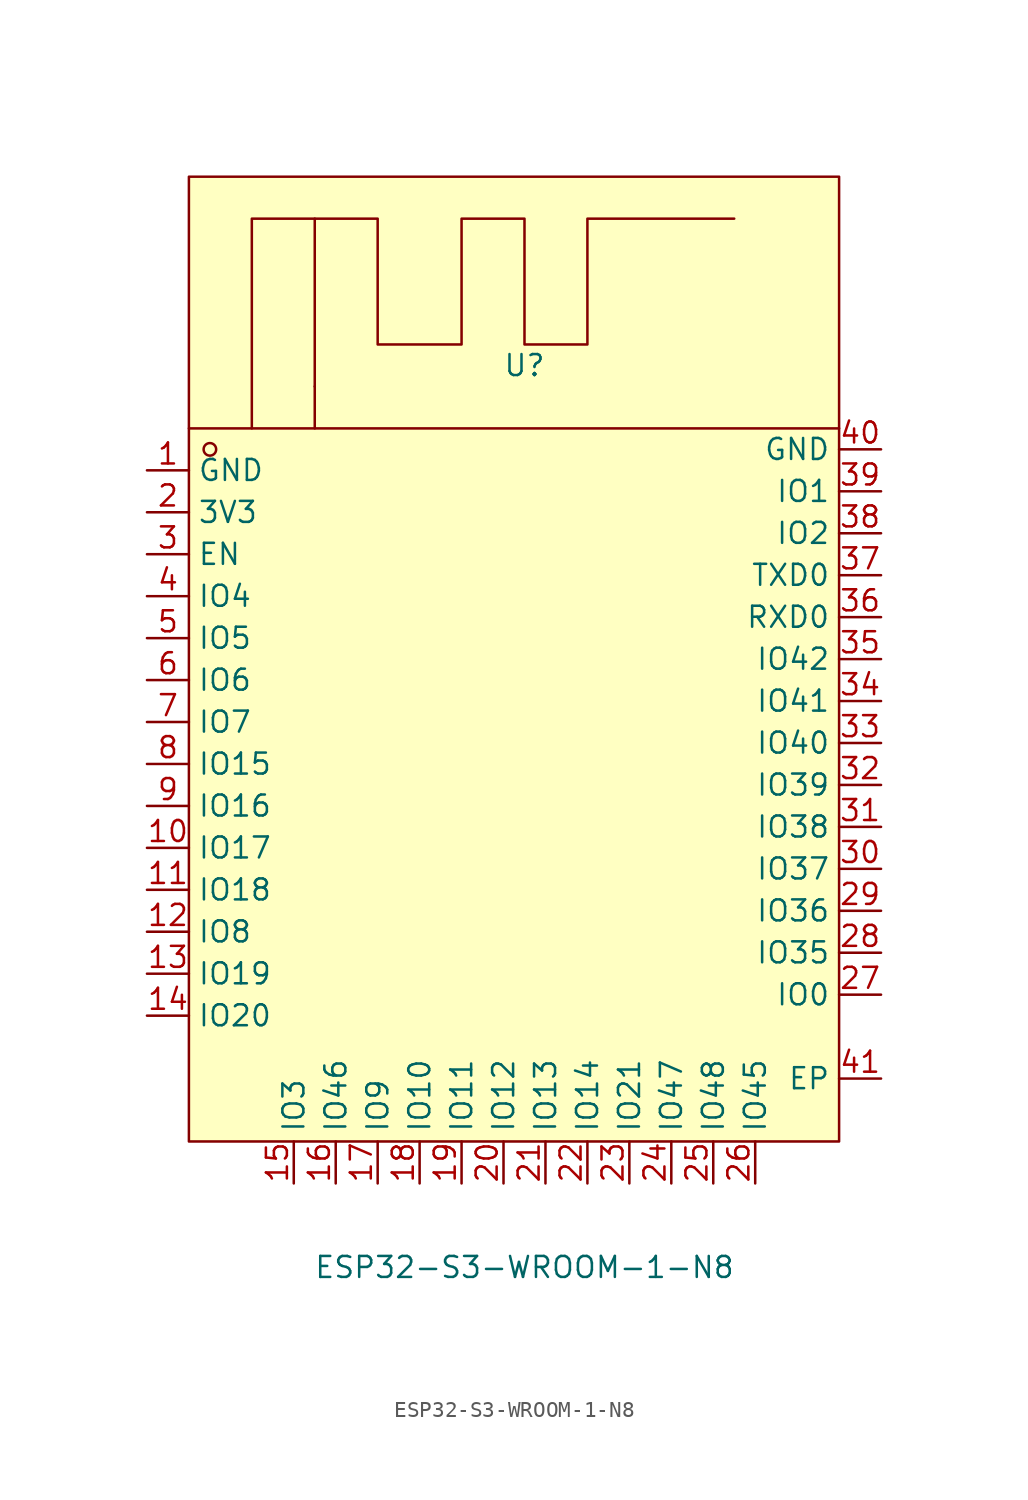
<source format=kicad_sym>
(kicad_symbol_lib
  (version 20211014)
  (generator https://github.com/uPesy/easyeda2kicad.py)
  (symbol "ESP32-S3-WROOM-1-N8"
    (property "Reference" "U"
      (at 0 19.05 0)
      (effects (font (size 1.27 1.27))))
    (property "Value" "ESP32-S3-WROOM-1-N8"
      (at 0 -35.56 0)
      (effects (font (size 1.27 1.27))))
    (symbol "ESP32-S3-WROOM-1-N8_0_1"
      (rectangle (start -20.32 30.48) (end 19.05 -27.94) (stroke (width 0) (type default) (color 0 0 0 0)) (fill (type background)))
      (circle (center -19.05 13.97) (radius 0.38) (stroke (width 0) (type default) (color 0 0 0 0)) (fill (type none)))
      (polyline (pts (xy -20.32 15.24) (xy 19.05 15.24)) (stroke (width 0) (type default) (color 0 0 0 0)) (fill (type none)))
      (polyline (pts (xy -16.51 15.24) (xy -16.51 27.94) (xy -8.89 27.94) (xy -8.89 20.32) (xy -3.81 20.32) (xy -3.81 27.94) (xy 0.00 27.94) (xy 0.00 20.32) (xy 3.81 20.32) (xy 3.81 27.94) (xy 12.70 27.94)) (stroke (width 0) (type default) (color 0 0 0 0)) (fill (type none)))
      (polyline (pts (xy -12.70 17.78) (xy -12.70 27.94)) (stroke (width 0) (type default) (color 0 0 0 0)) (fill (type none)))
      (polyline (pts (xy -12.70 17.78) (xy -12.70 15.24)) (stroke (width 0) (type default) (color 0 0 0 0)) (fill (type none)))
      (pin unspecified line (at -22.86 12.70 0) (length 2.54) (name "GND" (effects (font (size 1.27 1.27)))) (number "1" (effects (font (size 1.27 1.27)))))
      (pin unspecified line (at -22.86 10.16 0) (length 2.54) (name "3V3" (effects (font (size 1.27 1.27)))) (number "2" (effects (font (size 1.27 1.27)))))
      (pin unspecified line (at -22.86 7.62 0) (length 2.54) (name "EN" (effects (font (size 1.27 1.27)))) (number "3" (effects (font (size 1.27 1.27)))))
      (pin unspecified line (at -22.86 5.08 0) (length 2.54) (name "IO4" (effects (font (size 1.27 1.27)))) (number "4" (effects (font (size 1.27 1.27)))))
      (pin unspecified line (at -22.86 2.54 0) (length 2.54) (name "IO5" (effects (font (size 1.27 1.27)))) (number "5" (effects (font (size 1.27 1.27)))))
      (pin unspecified line (at -22.86 -0.00 0) (length 2.54) (name "IO6" (effects (font (size 1.27 1.27)))) (number "6" (effects (font (size 1.27 1.27)))))
      (pin unspecified line (at -22.86 -2.54 0) (length 2.54) (name "IO7" (effects (font (size 1.27 1.27)))) (number "7" (effects (font (size 1.27 1.27)))))
      (pin unspecified line (at -22.86 -5.08 0) (length 2.54) (name "IO15" (effects (font (size 1.27 1.27)))) (number "8" (effects (font (size 1.27 1.27)))))
      (pin unspecified line (at -22.86 -7.62 0) (length 2.54) (name "IO16" (effects (font (size 1.27 1.27)))) (number "9" (effects (font (size 1.27 1.27)))))
      (pin unspecified line (at -22.86 -10.16 0) (length 2.54) (name "IO17" (effects (font (size 1.27 1.27)))) (number "10" (effects (font (size 1.27 1.27)))))
      (pin unspecified line (at -22.86 -12.70 0) (length 2.54) (name "IO18" (effects (font (size 1.27 1.27)))) (number "11" (effects (font (size 1.27 1.27)))))
      (pin unspecified line (at -22.86 -15.24 0) (length 2.54) (name "IO8" (effects (font (size 1.27 1.27)))) (number "12" (effects (font (size 1.27 1.27)))))
      (pin unspecified line (at -22.86 -17.78 0) (length 2.54) (name "IO19" (effects (font (size 1.27 1.27)))) (number "13" (effects (font (size 1.27 1.27)))))
      (pin unspecified line (at -22.86 -20.32 0) (length 2.54) (name "IO20" (effects (font (size 1.27 1.27)))) (number "14" (effects (font (size 1.27 1.27)))))
      (pin unspecified line (at -13.97 -30.48 90) (length 2.54) (name "IO3" (effects (font (size 1.27 1.27)))) (number "15" (effects (font (size 1.27 1.27)))))
      (pin unspecified line (at -11.43 -30.48 90) (length 2.54) (name "IO46" (effects (font (size 1.27 1.27)))) (number "16" (effects (font (size 1.27 1.27)))))
      (pin unspecified line (at -8.89 -30.48 90) (length 2.54) (name "IO9" (effects (font (size 1.27 1.27)))) (number "17" (effects (font (size 1.27 1.27)))))
      (pin unspecified line (at -6.35 -30.48 90) (length 2.54) (name "IO10" (effects (font (size 1.27 1.27)))) (number "18" (effects (font (size 1.27 1.27)))))
      (pin unspecified line (at -3.81 -30.48 90) (length 2.54) (name "IO11" (effects (font (size 1.27 1.27)))) (number "19" (effects (font (size 1.27 1.27)))))
      (pin unspecified line (at -1.27 -30.48 90) (length 2.54) (name "IO12" (effects (font (size 1.27 1.27)))) (number "20" (effects (font (size 1.27 1.27)))))
      (pin unspecified line (at 1.27 -30.48 90) (length 2.54) (name "IO13" (effects (font (size 1.27 1.27)))) (number "21" (effects (font (size 1.27 1.27)))))
      (pin unspecified line (at 3.81 -30.48 90) (length 2.54) (name "IO14" (effects (font (size 1.27 1.27)))) (number "22" (effects (font (size 1.27 1.27)))))
      (pin unspecified line (at 6.35 -30.48 90) (length 2.54) (name "IO21" (effects (font (size 1.27 1.27)))) (number "23" (effects (font (size 1.27 1.27)))))
      (pin unspecified line (at 8.89 -30.48 90) (length 2.54) (name "IO47" (effects (font (size 1.27 1.27)))) (number "24" (effects (font (size 1.27 1.27)))))
      (pin unspecified line (at 11.43 -30.48 90) (length 2.54) (name "IO48" (effects (font (size 1.27 1.27)))) (number "25" (effects (font (size 1.27 1.27)))))
      (pin unspecified line (at 13.97 -30.48 90) (length 2.54) (name "IO45" (effects (font (size 1.27 1.27)))) (number "26" (effects (font (size 1.27 1.27)))))
      (pin unspecified line (at 21.59 -19.05 180) (length 2.54) (name "IO0" (effects (font (size 1.27 1.27)))) (number "27" (effects (font (size 1.27 1.27)))))
      (pin unspecified line (at 21.59 -16.51 180) (length 2.54) (name "IO35" (effects (font (size 1.27 1.27)))) (number "28" (effects (font (size 1.27 1.27)))))
      (pin unspecified line (at 21.59 -13.97 180) (length 2.54) (name "IO36" (effects (font (size 1.27 1.27)))) (number "29" (effects (font (size 1.27 1.27)))))
      (pin unspecified line (at 21.59 -11.43 180) (length 2.54) (name "IO37" (effects (font (size 1.27 1.27)))) (number "30" (effects (font (size 1.27 1.27)))))
      (pin unspecified line (at 21.59 -8.89 180) (length 2.54) (name "IO38" (effects (font (size 1.27 1.27)))) (number "31" (effects (font (size 1.27 1.27)))))
      (pin unspecified line (at 21.59 -6.35 180) (length 2.54) (name "IO39" (effects (font (size 1.27 1.27)))) (number "32" (effects (font (size 1.27 1.27)))))
      (pin unspecified line (at 21.59 -3.81 180) (length 2.54) (name "IO40" (effects (font (size 1.27 1.27)))) (number "33" (effects (font (size 1.27 1.27)))))
      (pin unspecified line (at 21.59 -1.27 180) (length 2.54) (name "IO41" (effects (font (size 1.27 1.27)))) (number "34" (effects (font (size 1.27 1.27)))))
      (pin unspecified line (at 21.59 1.27 180) (length 2.54) (name "IO42" (effects (font (size 1.27 1.27)))) (number "35" (effects (font (size 1.27 1.27)))))
      (pin unspecified line (at 21.59 3.81 180) (length 2.54) (name "RXD0" (effects (font (size 1.27 1.27)))) (number "36" (effects (font (size 1.27 1.27)))))
      (pin unspecified line (at 21.59 6.35 180) (length 2.54) (name "TXD0" (effects (font (size 1.27 1.27)))) (number "37" (effects (font (size 1.27 1.27)))))
      (pin unspecified line (at 21.59 8.89 180) (length 2.54) (name "IO2" (effects (font (size 1.27 1.27)))) (number "38" (effects (font (size 1.27 1.27)))))
      (pin unspecified line (at 21.59 11.43 180) (length 2.54) (name "IO1" (effects (font (size 1.27 1.27)))) (number "39" (effects (font (size 1.27 1.27)))))
      (pin unspecified line (at 21.59 13.97 180) (length 2.54) (name "GND" (effects (font (size 1.27 1.27)))) (number "40" (effects (font (size 1.27 1.27)))))
      (pin unspecified line (at 21.59 -24.13 180) (length 2.54) (name "EP" (effects (font (size 1.27 1.27)))) (number "41" (effects (font (size 1.27 1.27))))))))
</source>
